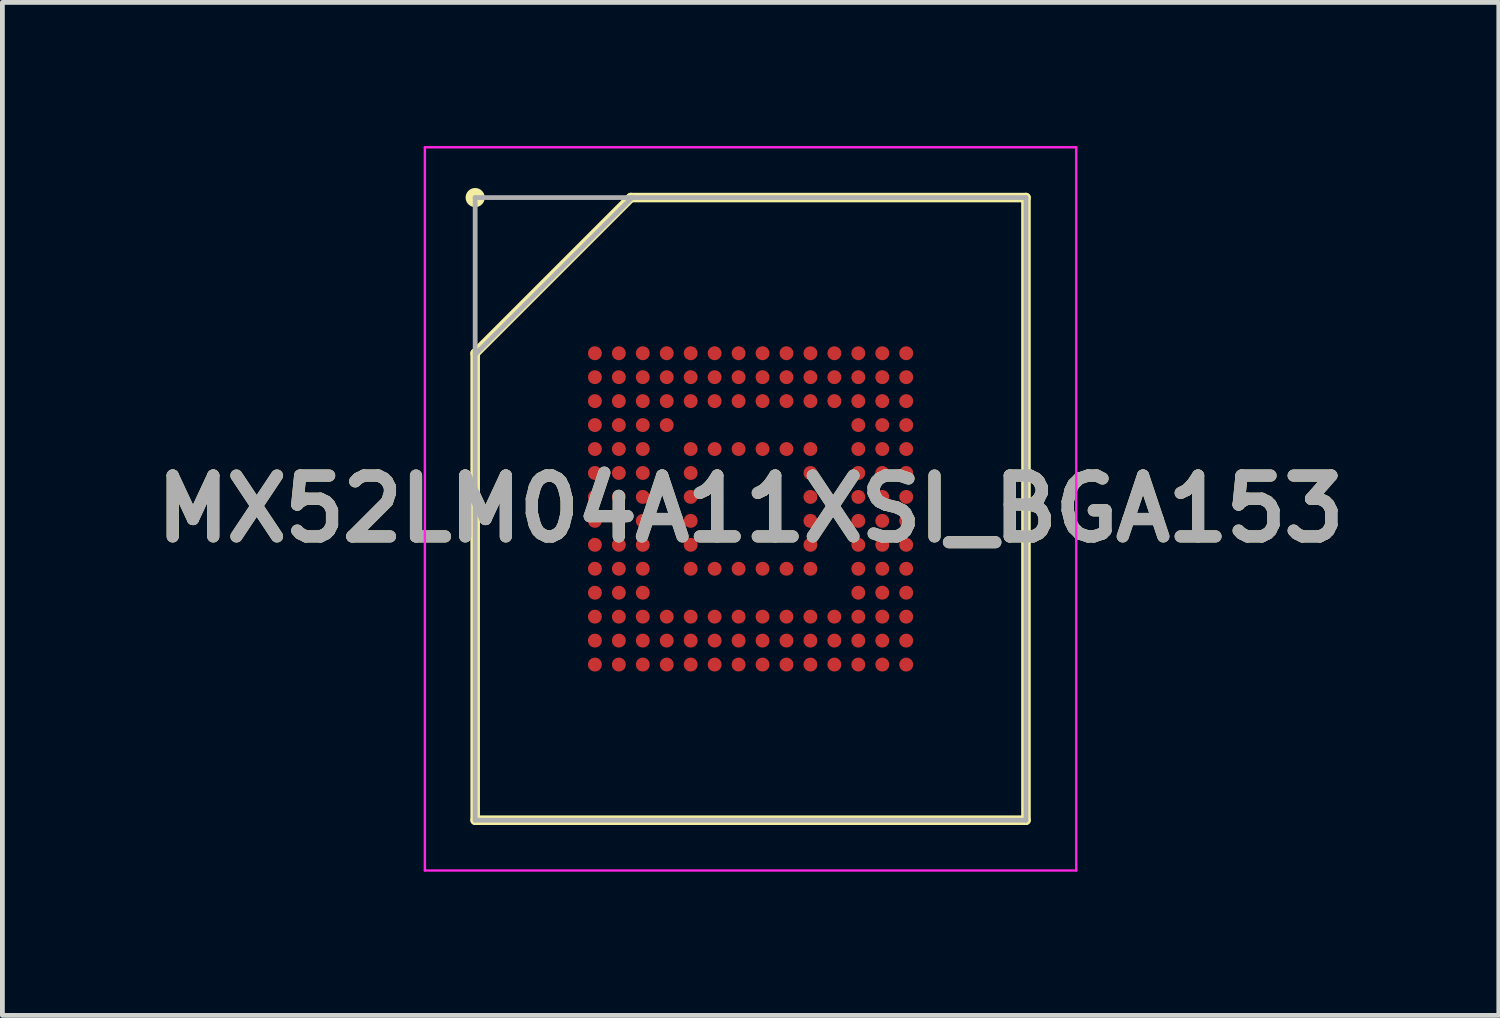
<source format=kicad_pcb>
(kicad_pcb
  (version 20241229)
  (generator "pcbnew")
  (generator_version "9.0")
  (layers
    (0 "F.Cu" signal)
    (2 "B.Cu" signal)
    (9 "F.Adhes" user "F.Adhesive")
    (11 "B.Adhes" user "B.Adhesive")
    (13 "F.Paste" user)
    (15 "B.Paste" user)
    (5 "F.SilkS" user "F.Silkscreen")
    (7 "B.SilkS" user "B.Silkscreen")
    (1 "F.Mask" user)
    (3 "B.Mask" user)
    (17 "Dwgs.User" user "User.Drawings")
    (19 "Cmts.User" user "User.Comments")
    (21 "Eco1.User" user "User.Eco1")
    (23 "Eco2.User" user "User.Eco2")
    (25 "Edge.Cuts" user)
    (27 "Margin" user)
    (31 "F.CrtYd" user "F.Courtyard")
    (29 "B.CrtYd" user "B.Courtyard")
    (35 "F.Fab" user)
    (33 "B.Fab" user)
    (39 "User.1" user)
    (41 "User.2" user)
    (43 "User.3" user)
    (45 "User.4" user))
  (footprint "MX52LM04A11XSI_BGA153"
    (layer "F.Cu")
    (at 12.621 7.575)
    (property "Reference" "MX52LM04A11XSI_BGA153" (at 0 0 0) (layer "F.SilkS") (effects (font (size 1.27 1.27) (thickness 0.254))))
    (attr smd)
    (fp_line (start -5.75 -3.25) (end -2.5 -6.5) (stroke (width 0.2) (type solid)) (layer "F.SilkS"))
    (fp_line (start -5.75 6.5) (end -5.75 -3.25) (stroke (width 0.2) (type solid)) (layer "F.SilkS"))
    (fp_line (start -2.5 -6.5) (end 5.75 -6.5) (stroke (width 0.2) (type solid)) (layer "F.SilkS"))
    (fp_line (start 5.75 -6.5) (end 5.75 6.5) (stroke (width 0.2) (type solid)) (layer "F.SilkS"))
    (fp_line (start 5.75 6.5) (end -5.75 6.5) (stroke (width 0.2) (type solid)) (layer "F.SilkS"))
    (fp_circle (center -5.75 -6.5) (end -5.75 -6.4) (stroke (width 0.2) (type solid)) (fill no) (layer "F.SilkS"))
    (fp_line (start -6.8 -7.55) (end 6.8 -7.55) (stroke (width 0.05) (type solid)) (layer "F.CrtYd"))
    (fp_line (start -6.8 7.55) (end -6.8 -7.55) (stroke (width 0.05) (type solid)) (layer "F.CrtYd"))
    (fp_line (start 6.8 -7.55) (end 6.8 7.55) (stroke (width 0.05) (type solid)) (layer "F.CrtYd"))
    (fp_line (start 6.8 7.55) (end -6.8 7.55) (stroke (width 0.05) (type solid)) (layer "F.CrtYd"))
    (fp_line (start -5.75 -6.5) (end 5.75 -6.5) (stroke (width 0.1) (type solid)) (layer "F.Fab"))
    (fp_line (start -5.75 -3.225) (end -2.475 -6.5) (stroke (width 0.1) (type solid)) (layer "F.Fab"))
    (fp_line (start -5.75 6.5) (end -5.75 -6.5) (stroke (width 0.1) (type solid)) (layer "F.Fab"))
    (fp_line (start 5.75 -6.5) (end 5.75 6.5) (stroke (width 0.1) (type solid)) (layer "F.Fab"))
    (fp_line (start 5.75 6.5) (end -5.75 6.5) (stroke (width 0.1) (type solid)) (layer "F.Fab"))
    (fp_text user "${REFERENCE}" (at 0 0 0) (layer "F.Fab") (effects (font (size 1.27 1.27) (thickness 0.254))))
    (pad "A1" smd circle (at -3.25 -3.25 90) (size 0.29 0.29) (layers "F.Cu" "F.Mask" "F.Paste"))
    (pad "A2" smd circle (at -2.75 -3.25 90) (size 0.29 0.29) (layers "F.Cu" "F.Mask" "F.Paste"))
    (pad "A3" smd circle (at -2.25 -3.25 90) (size 0.29 0.29) (layers "F.Cu" "F.Mask" "F.Paste"))
    (pad "A4" smd circle (at -1.75 -3.25 90) (size 0.29 0.29) (layers "F.Cu" "F.Mask" "F.Paste"))
    (pad "A5" smd circle (at -1.25 -3.25 90) (size 0.29 0.29) (layers "F.Cu" "F.Mask" "F.Paste"))
    (pad "A6" smd circle (at -0.75 -3.25 90) (size 0.29 0.29) (layers "F.Cu" "F.Mask" "F.Paste"))
    (pad "A7" smd circle (at -0.25 -3.25 90) (size 0.29 0.29) (layers "F.Cu" "F.Mask" "F.Paste"))
    (pad "A8" smd circle (at 0.25 -3.25 90) (size 0.29 0.29) (layers "F.Cu" "F.Mask" "F.Paste"))
    (pad "A9" smd circle (at 0.75 -3.25 90) (size 0.29 0.29) (layers "F.Cu" "F.Mask" "F.Paste"))
    (pad "A10" smd circle (at 1.25 -3.25 90) (size 0.29 0.29) (layers "F.Cu" "F.Mask" "F.Paste"))
    (pad "A11" smd circle (at 1.75 -3.25 90) (size 0.29 0.29) (layers "F.Cu" "F.Mask" "F.Paste"))
    (pad "A12" smd circle (at 2.25 -3.25 90) (size 0.29 0.29) (layers "F.Cu" "F.Mask" "F.Paste"))
    (pad "A13" smd circle (at 2.75 -3.25 90) (size 0.29 0.29) (layers "F.Cu" "F.Mask" "F.Paste"))
    (pad "A14" smd circle (at 3.25 -3.25 90) (size 0.29 0.29) (layers "F.Cu" "F.Mask" "F.Paste"))
    (pad "B1" smd circle (at -3.25 -2.75 90) (size 0.29 0.29) (layers "F.Cu" "F.Mask" "F.Paste"))
    (pad "B2" smd circle (at -2.75 -2.75 90) (size 0.29 0.29) (layers "F.Cu" "F.Mask" "F.Paste"))
    (pad "B3" smd circle (at -2.25 -2.75 90) (size 0.29 0.29) (layers "F.Cu" "F.Mask" "F.Paste"))
    (pad "B4" smd circle (at -1.75 -2.75 90) (size 0.29 0.29) (layers "F.Cu" "F.Mask" "F.Paste"))
    (pad "B5" smd circle (at -1.25 -2.75 90) (size 0.29 0.29) (layers "F.Cu" "F.Mask" "F.Paste"))
    (pad "B6" smd circle (at -0.75 -2.75 90) (size 0.29 0.29) (layers "F.Cu" "F.Mask" "F.Paste"))
    (pad "B7" smd circle (at -0.25 -2.75 90) (size 0.29 0.29) (layers "F.Cu" "F.Mask" "F.Paste"))
    (pad "B8" smd circle (at 0.25 -2.75 90) (size 0.29 0.29) (layers "F.Cu" "F.Mask" "F.Paste"))
    (pad "B9" smd circle (at 0.75 -2.75 90) (size 0.29 0.29) (layers "F.Cu" "F.Mask" "F.Paste"))
    (pad "B10" smd circle (at 1.25 -2.75 90) (size 0.29 0.29) (layers "F.Cu" "F.Mask" "F.Paste"))
    (pad "B11" smd circle (at 1.75 -2.75 90) (size 0.29 0.29) (layers "F.Cu" "F.Mask" "F.Paste"))
    (pad "B12" smd circle (at 2.25 -2.75 90) (size 0.29 0.29) (layers "F.Cu" "F.Mask" "F.Paste"))
    (pad "B13" smd circle (at 2.75 -2.75 90) (size 0.29 0.29) (layers "F.Cu" "F.Mask" "F.Paste"))
    (pad "B14" smd circle (at 3.25 -2.75 90) (size 0.29 0.29) (layers "F.Cu" "F.Mask" "F.Paste"))
    (pad "C1" smd circle (at -3.25 -2.25 90) (size 0.29 0.29) (layers "F.Cu" "F.Mask" "F.Paste"))
    (pad "C2" smd circle (at -2.75 -2.25 90) (size 0.29 0.29) (layers "F.Cu" "F.Mask" "F.Paste"))
    (pad "C3" smd circle (at -2.25 -2.25 90) (size 0.29 0.29) (layers "F.Cu" "F.Mask" "F.Paste"))
    (pad "C4" smd circle (at -1.75 -2.25 90) (size 0.29 0.29) (layers "F.Cu" "F.Mask" "F.Paste"))
    (pad "C5" smd circle (at -1.25 -2.25 90) (size 0.29 0.29) (layers "F.Cu" "F.Mask" "F.Paste"))
    (pad "C6" smd circle (at -0.75 -2.25 90) (size 0.29 0.29) (layers "F.Cu" "F.Mask" "F.Paste"))
    (pad "C7" smd circle (at -0.25 -2.25 90) (size 0.29 0.29) (layers "F.Cu" "F.Mask" "F.Paste"))
    (pad "C8" smd circle (at 0.25 -2.25 90) (size 0.29 0.29) (layers "F.Cu" "F.Mask" "F.Paste"))
    (pad "C9" smd circle (at 0.75 -2.25 90) (size 0.29 0.29) (layers "F.Cu" "F.Mask" "F.Paste"))
    (pad "C10" smd circle (at 1.25 -2.25 90) (size 0.29 0.29) (layers "F.Cu" "F.Mask" "F.Paste"))
    (pad "C11" smd circle (at 1.75 -2.25 90) (size 0.29 0.29) (layers "F.Cu" "F.Mask" "F.Paste"))
    (pad "C12" smd circle (at 2.25 -2.25 90) (size 0.29 0.29) (layers "F.Cu" "F.Mask" "F.Paste"))
    (pad "C13" smd circle (at 2.75 -2.25 90) (size 0.29 0.29) (layers "F.Cu" "F.Mask" "F.Paste"))
    (pad "C14" smd circle (at 3.25 -2.25 90) (size 0.29 0.29) (layers "F.Cu" "F.Mask" "F.Paste"))
    (pad "D1" smd circle (at -3.25 -1.75 90) (size 0.29 0.29) (layers "F.Cu" "F.Mask" "F.Paste"))
    (pad "D2" smd circle (at -2.75 -1.75 90) (size 0.29 0.29) (layers "F.Cu" "F.Mask" "F.Paste"))
    (pad "D3" smd circle (at -2.25 -1.75 90) (size 0.29 0.29) (layers "F.Cu" "F.Mask" "F.Paste"))
    (pad "D4" smd circle (at -1.75 -1.75 90) (size 0.29 0.29) (layers "F.Cu" "F.Mask" "F.Paste"))
    (pad "D12" smd circle (at 2.25 -1.75 90) (size 0.29 0.29) (layers "F.Cu" "F.Mask" "F.Paste"))
    (pad "D13" smd circle (at 2.75 -1.75 90) (size 0.29 0.29) (layers "F.Cu" "F.Mask" "F.Paste"))
    (pad "D14" smd circle (at 3.25 -1.75 90) (size 0.29 0.29) (layers "F.Cu" "F.Mask" "F.Paste"))
    (pad "E1" smd circle (at -3.25 -1.25 90) (size 0.29 0.29) (layers "F.Cu" "F.Mask" "F.Paste"))
    (pad "E2" smd circle (at -2.75 -1.25 90) (size 0.29 0.29) (layers "F.Cu" "F.Mask" "F.Paste"))
    (pad "E3" smd circle (at -2.25 -1.25 90) (size 0.29 0.29) (layers "F.Cu" "F.Mask" "F.Paste"))
    (pad "E5" smd circle (at -1.25 -1.25 90) (size 0.29 0.29) (layers "F.Cu" "F.Mask" "F.Paste"))
    (pad "E6" smd circle (at -0.75 -1.25 90) (size 0.29 0.29) (layers "F.Cu" "F.Mask" "F.Paste"))
    (pad "E7" smd circle (at -0.25 -1.25 90) (size 0.29 0.29) (layers "F.Cu" "F.Mask" "F.Paste"))
    (pad "E8" smd circle (at 0.25 -1.25 90) (size 0.29 0.29) (layers "F.Cu" "F.Mask" "F.Paste"))
    (pad "E9" smd circle (at 0.75 -1.25 90) (size 0.29 0.29) (layers "F.Cu" "F.Mask" "F.Paste"))
    (pad "E10" smd circle (at 1.25 -1.25 90) (size 0.29 0.29) (layers "F.Cu" "F.Mask" "F.Paste"))
    (pad "E12" smd circle (at 2.25 -1.25 90) (size 0.29 0.29) (layers "F.Cu" "F.Mask" "F.Paste"))
    (pad "E13" smd circle (at 2.75 -1.25 90) (size 0.29 0.29) (layers "F.Cu" "F.Mask" "F.Paste"))
    (pad "E14" smd circle (at 3.25 -1.25 90) (size 0.29 0.29) (layers "F.Cu" "F.Mask" "F.Paste"))
    (pad "F1" smd circle (at -3.25 -0.75 90) (size 0.29 0.29) (layers "F.Cu" "F.Mask" "F.Paste"))
    (pad "F2" smd circle (at -2.75 -0.75 90) (size 0.29 0.29) (layers "F.Cu" "F.Mask" "F.Paste"))
    (pad "F3" smd circle (at -2.25 -0.75 90) (size 0.29 0.29) (layers "F.Cu" "F.Mask" "F.Paste"))
    (pad "F5" smd circle (at -1.25 -0.75 90) (size 0.29 0.29) (layers "F.Cu" "F.Mask" "F.Paste"))
    (pad "F10" smd circle (at 1.25 -0.75 90) (size 0.29 0.29) (layers "F.Cu" "F.Mask" "F.Paste"))
    (pad "F12" smd circle (at 2.25 -0.75 90) (size 0.29 0.29) (layers "F.Cu" "F.Mask" "F.Paste"))
    (pad "F13" smd circle (at 2.75 -0.75 90) (size 0.29 0.29) (layers "F.Cu" "F.Mask" "F.Paste"))
    (pad "F14" smd circle (at 3.25 -0.75 90) (size 0.29 0.29) (layers "F.Cu" "F.Mask" "F.Paste"))
    (pad "G1" smd circle (at -3.25 -0.25 90) (size 0.29 0.29) (layers "F.Cu" "F.Mask" "F.Paste"))
    (pad "G2" smd circle (at -2.75 -0.25 90) (size 0.29 0.29) (layers "F.Cu" "F.Mask" "F.Paste"))
    (pad "G3" smd circle (at -2.25 -0.25 90) (size 0.29 0.29) (layers "F.Cu" "F.Mask" "F.Paste"))
    (pad "G5" smd circle (at -1.25 -0.25 90) (size 0.29 0.29) (layers "F.Cu" "F.Mask" "F.Paste"))
    (pad "G10" smd circle (at 1.25 -0.25 90) (size 0.29 0.29) (layers "F.Cu" "F.Mask" "F.Paste"))
    (pad "G12" smd circle (at 2.25 -0.25 90) (size 0.29 0.29) (layers "F.Cu" "F.Mask" "F.Paste"))
    (pad "G13" smd circle (at 2.75 -0.25 90) (size 0.29 0.29) (layers "F.Cu" "F.Mask" "F.Paste"))
    (pad "G14" smd circle (at 3.25 -0.25 90) (size 0.29 0.29) (layers "F.Cu" "F.Mask" "F.Paste"))
    (pad "H1" smd circle (at -3.25 0.25 90) (size 0.29 0.29) (layers "F.Cu" "F.Mask" "F.Paste"))
    (pad "H2" smd circle (at -2.75 0.25 90) (size 0.29 0.29) (layers "F.Cu" "F.Mask" "F.Paste"))
    (pad "H3" smd circle (at -2.25 0.25 90) (size 0.29 0.29) (layers "F.Cu" "F.Mask" "F.Paste"))
    (pad "H5" smd circle (at -1.25 0.25 90) (size 0.29 0.29) (layers "F.Cu" "F.Mask" "F.Paste"))
    (pad "H10" smd circle (at 1.25 0.25 90) (size 0.29 0.29) (layers "F.Cu" "F.Mask" "F.Paste"))
    (pad "H12" smd circle (at 2.25 0.25 90) (size 0.29 0.29) (layers "F.Cu" "F.Mask" "F.Paste"))
    (pad "H13" smd circle (at 2.75 0.25 90) (size 0.29 0.29) (layers "F.Cu" "F.Mask" "F.Paste"))
    (pad "H14" smd circle (at 3.25 0.25 90) (size 0.29 0.29) (layers "F.Cu" "F.Mask" "F.Paste"))
    (pad "J1" smd circle (at -3.25 0.75 90) (size 0.29 0.29) (layers "F.Cu" "F.Mask" "F.Paste"))
    (pad "J2" smd circle (at -2.75 0.75 90) (size 0.29 0.29) (layers "F.Cu" "F.Mask" "F.Paste"))
    (pad "J3" smd circle (at -2.25 0.75 90) (size 0.29 0.29) (layers "F.Cu" "F.Mask" "F.Paste"))
    (pad "J5" smd circle (at -1.25 0.75 90) (size 0.29 0.29) (layers "F.Cu" "F.Mask" "F.Paste"))
    (pad "J10" smd circle (at 1.25 0.75 90) (size 0.29 0.29) (layers "F.Cu" "F.Mask" "F.Paste"))
    (pad "J12" smd circle (at 2.25 0.75 90) (size 0.29 0.29) (layers "F.Cu" "F.Mask" "F.Paste"))
    (pad "J13" smd circle (at 2.75 0.75 90) (size 0.29 0.29) (layers "F.Cu" "F.Mask" "F.Paste"))
    (pad "J14" smd circle (at 3.25 0.75 90) (size 0.29 0.29) (layers "F.Cu" "F.Mask" "F.Paste"))
    (pad "K1" smd circle (at -3.25 1.25 90) (size 0.29 0.29) (layers "F.Cu" "F.Mask" "F.Paste"))
    (pad "K2" smd circle (at -2.75 1.25 90) (size 0.29 0.29) (layers "F.Cu" "F.Mask" "F.Paste"))
    (pad "K3" smd circle (at -2.25 1.25 90) (size 0.29 0.29) (layers "F.Cu" "F.Mask" "F.Paste"))
    (pad "K5" smd circle (at -1.25 1.25 90) (size 0.29 0.29) (layers "F.Cu" "F.Mask" "F.Paste"))
    (pad "K6" smd circle (at -0.75 1.25 90) (size 0.29 0.29) (layers "F.Cu" "F.Mask" "F.Paste"))
    (pad "K7" smd circle (at -0.25 1.25 90) (size 0.29 0.29) (layers "F.Cu" "F.Mask" "F.Paste"))
    (pad "K8" smd circle (at 0.25 1.25 90) (size 0.29 0.29) (layers "F.Cu" "F.Mask" "F.Paste"))
    (pad "K9" smd circle (at 0.75 1.25 90) (size 0.29 0.29) (layers "F.Cu" "F.Mask" "F.Paste"))
    (pad "K10" smd circle (at 1.25 1.25 90) (size 0.29 0.29) (layers "F.Cu" "F.Mask" "F.Paste"))
    (pad "K12" smd circle (at 2.25 1.25 90) (size 0.29 0.29) (layers "F.Cu" "F.Mask" "F.Paste"))
    (pad "K13" smd circle (at 2.75 1.25 90) (size 0.29 0.29) (layers "F.Cu" "F.Mask" "F.Paste"))
    (pad "K14" smd circle (at 3.25 1.25 90) (size 0.29 0.29) (layers "F.Cu" "F.Mask" "F.Paste"))
    (pad "L1" smd circle (at -3.25 1.75 90) (size 0.29 0.29) (layers "F.Cu" "F.Mask" "F.Paste"))
    (pad "L2" smd circle (at -2.75 1.75 90) (size 0.29 0.29) (layers "F.Cu" "F.Mask" "F.Paste"))
    (pad "L3" smd circle (at -2.25 1.75 90) (size 0.29 0.29) (layers "F.Cu" "F.Mask" "F.Paste"))
    (pad "L12" smd circle (at 2.25 1.75 90) (size 0.29 0.29) (layers "F.Cu" "F.Mask" "F.Paste"))
    (pad "L13" smd circle (at 2.75 1.75 90) (size 0.29 0.29) (layers "F.Cu" "F.Mask" "F.Paste"))
    (pad "L14" smd circle (at 3.25 1.75 90) (size 0.29 0.29) (layers "F.Cu" "F.Mask" "F.Paste"))
    (pad "M1" smd circle (at -3.25 2.25 90) (size 0.29 0.29) (layers "F.Cu" "F.Mask" "F.Paste"))
    (pad "M2" smd circle (at -2.75 2.25 90) (size 0.29 0.29) (layers "F.Cu" "F.Mask" "F.Paste"))
    (pad "M3" smd circle (at -2.25 2.25 90) (size 0.29 0.29) (layers "F.Cu" "F.Mask" "F.Paste"))
    (pad "M4" smd circle (at -1.75 2.25 90) (size 0.29 0.29) (layers "F.Cu" "F.Mask" "F.Paste"))
    (pad "M5" smd circle (at -1.25 2.25 90) (size 0.29 0.29) (layers "F.Cu" "F.Mask" "F.Paste"))
    (pad "M6" smd circle (at -0.75 2.25 90) (size 0.29 0.29) (layers "F.Cu" "F.Mask" "F.Paste"))
    (pad "M7" smd circle (at -0.25 2.25 90) (size 0.29 0.29) (layers "F.Cu" "F.Mask" "F.Paste"))
    (pad "M8" smd circle (at 0.25 2.25 90) (size 0.29 0.29) (layers "F.Cu" "F.Mask" "F.Paste"))
    (pad "M9" smd circle (at 0.75 2.25 90) (size 0.29 0.29) (layers "F.Cu" "F.Mask" "F.Paste"))
    (pad "M10" smd circle (at 1.25 2.25 90) (size 0.29 0.29) (layers "F.Cu" "F.Mask" "F.Paste"))
    (pad "M11" smd circle (at 1.75 2.25 90) (size 0.29 0.29) (layers "F.Cu" "F.Mask" "F.Paste"))
    (pad "M12" smd circle (at 2.25 2.25 90) (size 0.29 0.29) (layers "F.Cu" "F.Mask" "F.Paste"))
    (pad "M13" smd circle (at 2.75 2.25 90) (size 0.29 0.29) (layers "F.Cu" "F.Mask" "F.Paste"))
    (pad "M14" smd circle (at 3.25 2.25 90) (size 0.29 0.29) (layers "F.Cu" "F.Mask" "F.Paste"))
    (pad "N1" smd circle (at -3.25 2.75 90) (size 0.29 0.29) (layers "F.Cu" "F.Mask" "F.Paste"))
    (pad "N2" smd circle (at -2.75 2.75 90) (size 0.29 0.29) (layers "F.Cu" "F.Mask" "F.Paste"))
    (pad "N3" smd circle (at -2.25 2.75 90) (size 0.29 0.29) (layers "F.Cu" "F.Mask" "F.Paste"))
    (pad "N4" smd circle (at -1.75 2.75 90) (size 0.29 0.29) (layers "F.Cu" "F.Mask" "F.Paste"))
    (pad "N5" smd circle (at -1.25 2.75 90) (size 0.29 0.29) (layers "F.Cu" "F.Mask" "F.Paste"))
    (pad "N6" smd circle (at -0.75 2.75 90) (size 0.29 0.29) (layers "F.Cu" "F.Mask" "F.Paste"))
    (pad "N7" smd circle (at -0.25 2.75 90) (size 0.29 0.29) (layers "F.Cu" "F.Mask" "F.Paste"))
    (pad "N8" smd circle (at 0.25 2.75 90) (size 0.29 0.29) (layers "F.Cu" "F.Mask" "F.Paste"))
    (pad "N9" smd circle (at 0.75 2.75 90) (size 0.29 0.29) (layers "F.Cu" "F.Mask" "F.Paste"))
    (pad "N10" smd circle (at 1.25 2.75 90) (size 0.29 0.29) (layers "F.Cu" "F.Mask" "F.Paste"))
    (pad "N11" smd circle (at 1.75 2.75 90) (size 0.29 0.29) (layers "F.Cu" "F.Mask" "F.Paste"))
    (pad "N12" smd circle (at 2.25 2.75 90) (size 0.29 0.29) (layers "F.Cu" "F.Mask" "F.Paste"))
    (pad "N13" smd circle (at 2.75 2.75 90) (size 0.29 0.29) (layers "F.Cu" "F.Mask" "F.Paste"))
    (pad "N14" smd circle (at 3.25 2.75 90) (size 0.29 0.29) (layers "F.Cu" "F.Mask" "F.Paste"))
    (pad "P1" smd circle (at -3.25 3.25 90) (size 0.29 0.29) (layers "F.Cu" "F.Mask" "F.Paste"))
    (pad "P2" smd circle (at -2.75 3.25 90) (size 0.29 0.29) (layers "F.Cu" "F.Mask" "F.Paste"))
    (pad "P3" smd circle (at -2.25 3.25 90) (size 0.29 0.29) (layers "F.Cu" "F.Mask" "F.Paste"))
    (pad "P4" smd circle (at -1.75 3.25 90) (size 0.29 0.29) (layers "F.Cu" "F.Mask" "F.Paste"))
    (pad "P5" smd circle (at -1.25 3.25 90) (size 0.29 0.29) (layers "F.Cu" "F.Mask" "F.Paste"))
    (pad "P6" smd circle (at -0.75 3.25 90) (size 0.29 0.29) (layers "F.Cu" "F.Mask" "F.Paste"))
    (pad "P7" smd circle (at -0.25 3.25 90) (size 0.29 0.29) (layers "F.Cu" "F.Mask" "F.Paste"))
    (pad "P8" smd circle (at 0.25 3.25 90) (size 0.29 0.29) (layers "F.Cu" "F.Mask" "F.Paste"))
    (pad "P9" smd circle (at 0.75 3.25 90) (size 0.29 0.29) (layers "F.Cu" "F.Mask" "F.Paste"))
    (pad "P10" smd circle (at 1.25 3.25 90) (size 0.29 0.29) (layers "F.Cu" "F.Mask" "F.Paste"))
    (pad "P11" smd circle (at 1.75 3.25 90) (size 0.29 0.29) (layers "F.Cu" "F.Mask" "F.Paste"))
    (pad "P12" smd circle (at 2.25 3.25 90) (size 0.29 0.29) (layers "F.Cu" "F.Mask" "F.Paste"))
    (pad "P13" smd circle (at 2.75 3.25 90) (size 0.29 0.29) (layers "F.Cu" "F.Mask" "F.Paste"))
    (pad "P14" smd circle (at 3.25 3.25 90) (size 0.29 0.29) (layers "F.Cu" "F.Mask" "F.Paste")))
  (gr_rect
    (start -3 -3)
    (end 28.243 18.15)
    (stroke (width 0.1) (type default))
    (fill no)
    (layer "Edge.Cuts")))
</source>
